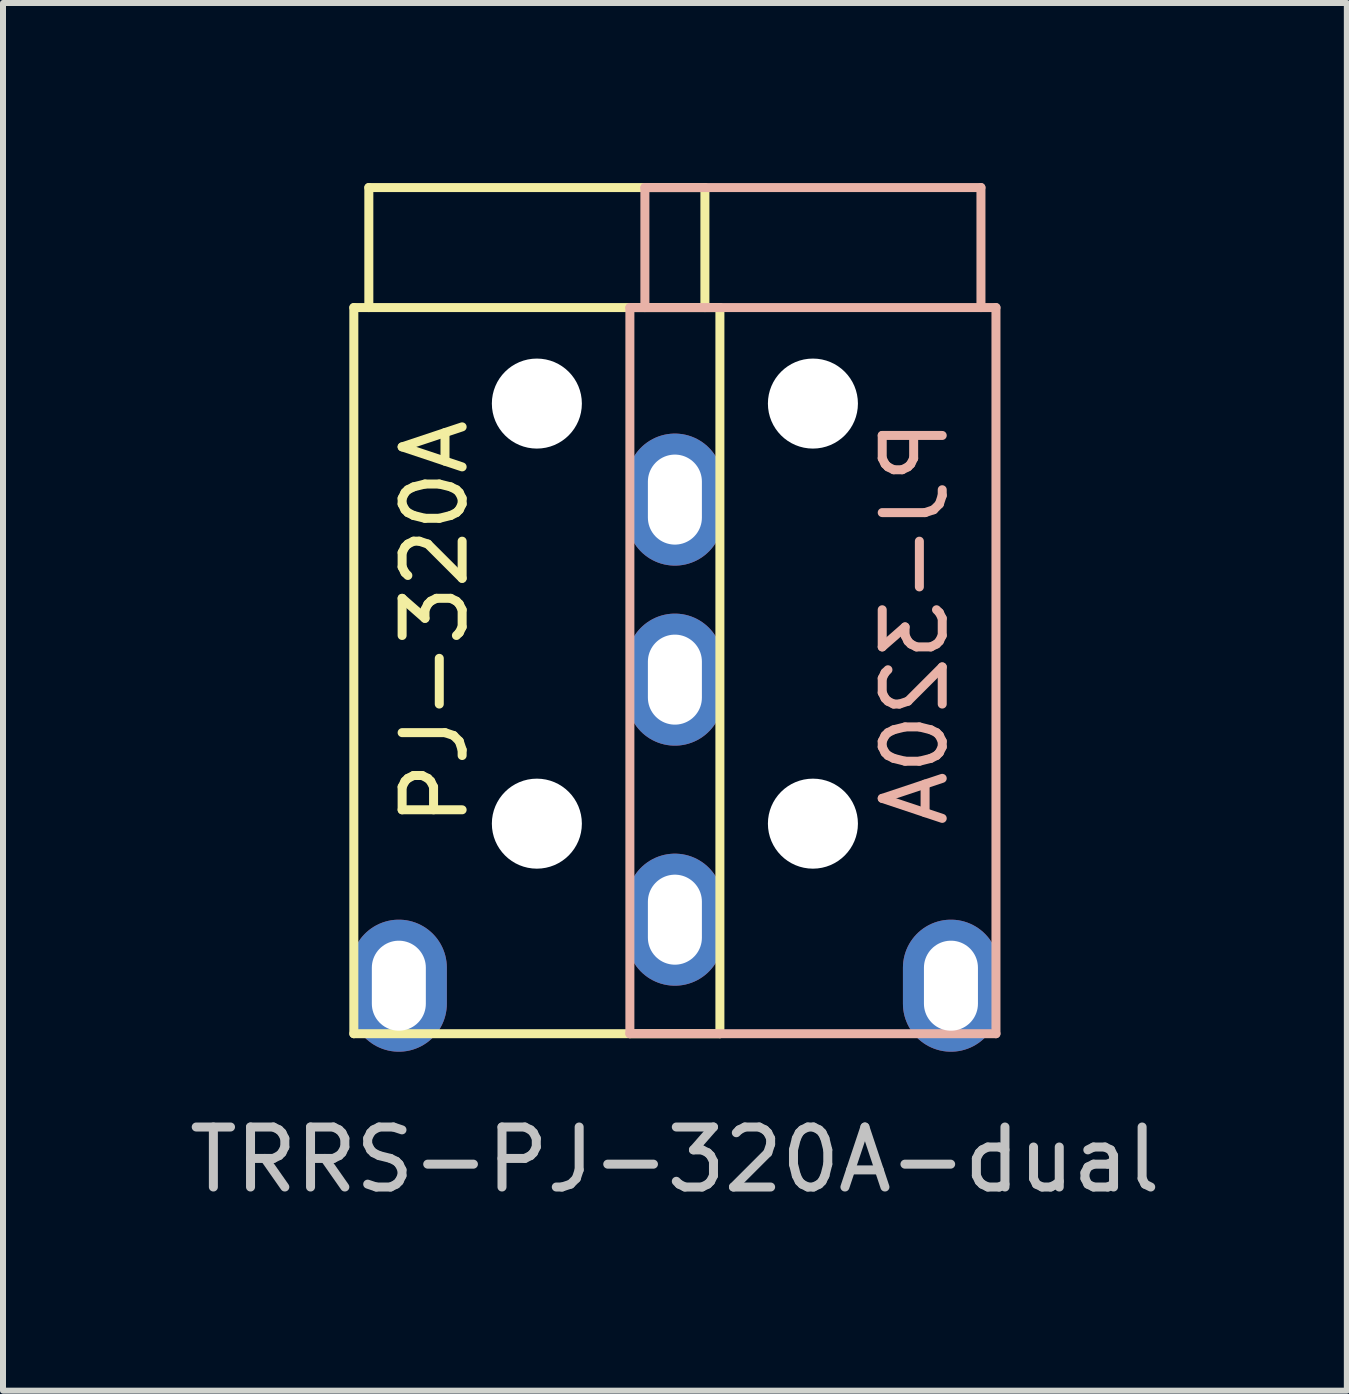
<source format=kicad_pcb>
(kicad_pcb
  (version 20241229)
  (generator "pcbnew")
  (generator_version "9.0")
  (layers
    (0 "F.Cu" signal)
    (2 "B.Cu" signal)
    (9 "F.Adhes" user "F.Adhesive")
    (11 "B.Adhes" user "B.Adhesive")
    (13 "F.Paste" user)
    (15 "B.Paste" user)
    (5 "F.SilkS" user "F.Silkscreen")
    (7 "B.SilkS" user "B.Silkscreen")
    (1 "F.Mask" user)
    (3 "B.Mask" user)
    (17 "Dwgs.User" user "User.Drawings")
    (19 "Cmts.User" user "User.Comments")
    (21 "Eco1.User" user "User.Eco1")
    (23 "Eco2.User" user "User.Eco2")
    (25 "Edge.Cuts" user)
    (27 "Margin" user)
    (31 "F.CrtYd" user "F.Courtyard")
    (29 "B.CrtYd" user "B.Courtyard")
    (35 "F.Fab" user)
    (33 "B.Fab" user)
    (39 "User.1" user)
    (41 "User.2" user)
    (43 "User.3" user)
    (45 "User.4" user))
  (footprint "TRRS-PJ-320A-dual"
    (layer "F.Cu")
    (at 8.196 2.075)
    (property "Reference" "TRRS-PJ-320A-dual" (at 0 14.2 0) (layer "Dwgs.User") (effects (font (size 1 1) (thickness 0.15))))
    (attr through_hole)
    (fp_line (start -5.35 0) (end -5.35 12.1) (stroke (width 0.15) (type solid)) (layer "F.SilkS"))
    (fp_line (start -5.1 0) (end -5.1 -2) (stroke (width 0.15) (type solid)) (layer "F.SilkS"))
    (fp_line (start 0.5 -2) (end -5.1 -2) (stroke (width 0.15) (type solid)) (layer "F.SilkS"))
    (fp_line (start 0.5 0) (end 0.5 -2) (stroke (width 0.15) (type solid)) (layer "F.SilkS"))
    (fp_line (start 0.75 0) (end -5.35 0) (stroke (width 0.15) (type solid)) (layer "F.SilkS"))
    (fp_line (start 0.75 0) (end 0.75 12.1) (stroke (width 0.15) (type solid)) (layer "F.SilkS"))
    (fp_line (start 0.75 12.1) (end -5.35 12.1) (stroke (width 0.15) (type solid)) (layer "F.SilkS"))
    (fp_line (start -0.75 0) (end -0.75 12.1) (stroke (width 0.15) (type solid)) (layer "B.SilkS"))
    (fp_line (start -0.75 0) (end 5.35 0) (stroke (width 0.15) (type solid)) (layer "B.SilkS"))
    (fp_line (start -0.75 12.1) (end 5.35 12.1) (stroke (width 0.15) (type solid)) (layer "B.SilkS"))
    (fp_line (start -0.5 -2) (end 5.1 -2) (stroke (width 0.15) (type solid)) (layer "B.SilkS"))
    (fp_line (start -0.5 0) (end -0.5 -2) (stroke (width 0.15) (type solid)) (layer "B.SilkS"))
    (fp_line (start 5.1 0) (end 5.1 -2) (stroke (width 0.15) (type solid)) (layer "B.SilkS"))
    (fp_line (start 5.35 0) (end 5.35 12.1) (stroke (width 0.15) (type solid)) (layer "B.SilkS"))
    (fp_text user "PJ-320A" (at -4 5.25 90) (layer "F.SilkS") (effects (font (size 1 1) (thickness 0.15))))
    (fp_text user "PJ-320A" (at 4 5.25 270) (layer "B.SilkS") (effects (font (size 1 1) (thickness 0.15)) (justify mirror)))
    (pad "" np_thru_hole circle (at -2.3 1.6) (size 1.5 1.5) (drill 1.5) (layers "*.Cu" "*.Mask"))
    (pad "" np_thru_hole circle (at -2.3 8.6) (size 1.5 1.5) (drill 1.5) (layers "*.Cu" "*.Mask"))
    (pad "" np_thru_hole circle (at 2.3 1.6) (size 1.5 1.5) (drill 1.5) (layers "*.Cu" "*.Mask"))
    (pad "" np_thru_hole circle (at 2.3 8.6) (size 1.5 1.5) (drill 1.5) (layers "*.Cu" "*.Mask"))
    (pad "1" thru_hole oval (at 0 10.2) (size 1.6 2.2) (drill oval 0.9 1.5) (layers "*.Cu" "*.Mask"))
    (pad "2" thru_hole oval (at 0 6.2) (size 1.6 2.2) (drill oval 0.9 1.5) (layers "*.Cu" "*.Mask"))
    (pad "3" thru_hole oval (at 0 3.2) (size 1.6 2.2) (drill oval 0.9 1.5) (layers "*.Cu" "*.Mask"))
    (pad "4" thru_hole oval (at -4.6 11.3) (size 1.6 2.2) (drill oval 0.9 1.5) (layers "*.Cu" "*.Mask"))
    (pad "5" thru_hole oval (at 4.6 11.3) (size 1.6 2.2) (drill oval 0.9 1.5) (layers "*.Cu" "*.Mask")))
  (gr_rect
    (start -3 -3)
    (end 19.393 20.123)
    (stroke (width 0.1) (type default))
    (fill no)
    (layer "Edge.Cuts")))
</source>
